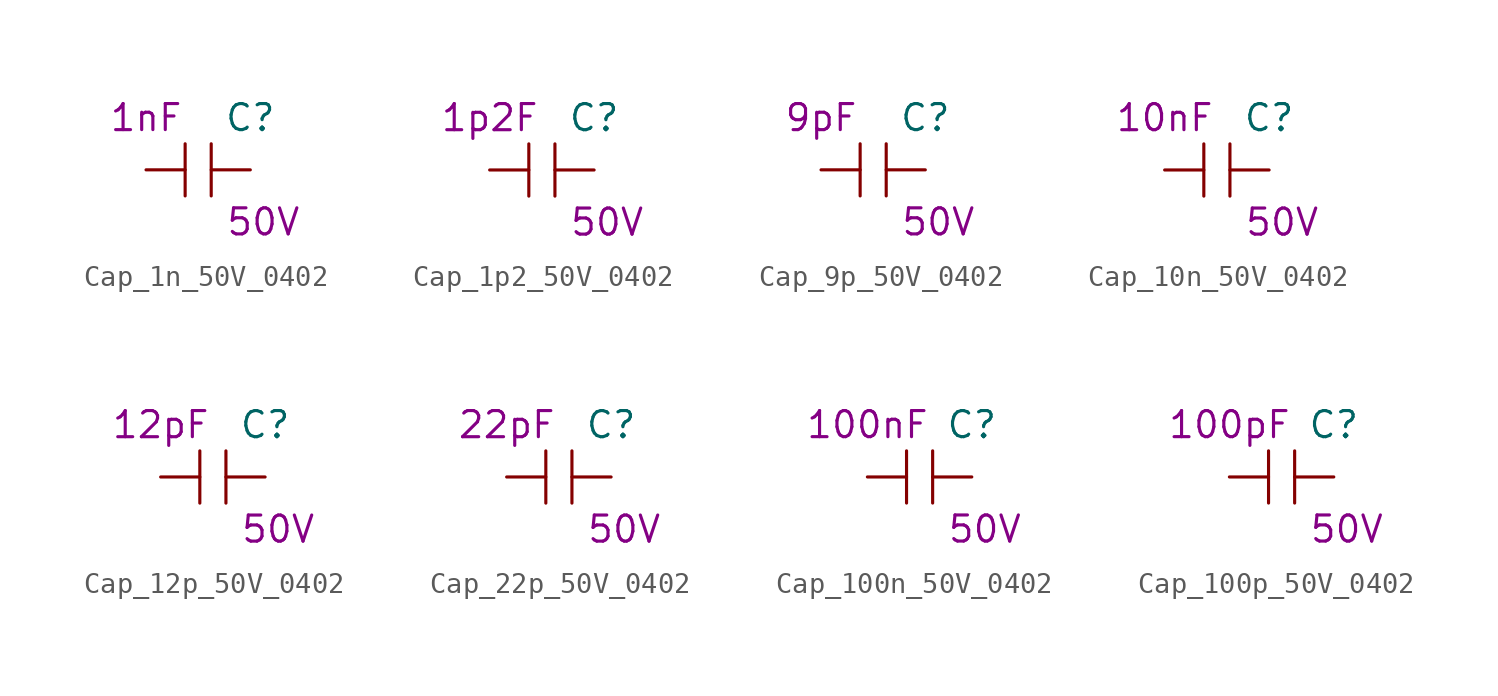
<source format=kicad_sym>
(kicad_symbol_lib
  (version 20211014)
  (generator kicad_symbol_editor)
  (symbol "Cap_1n_50V_0402"
    (pin_numbers hide)
    (pin_names
      (offset 0) hide)
    (property "Reference" "C"
      (at 5.08 2.54 0)
      (effects (font (size 1.27 1.27))))
    (property "Voltage" "50V"
      (at 5.715 -2.54 0)
      (effects (font (size 1.27 1.27))))
    (property "Property" "1nF"
      (at 0 2.54 0)
      (effects (font (size 1.27 1.27))))
    (symbol "Cap_1n_50V_0402_0_1"
      (polyline (pts (xy 1.905 1.27) (xy 1.905 -1.27)) (stroke (width 0) (type default) (color 0 0 0 0)) (fill (type none)))
      (polyline (pts (xy 3.175 1.27) (xy 3.175 -1.27)) (stroke (width 0) (type default) (color 0 0 0 0)) (fill (type none))))
    (symbol "Cap_1n_50V_0402_1_1"
      (pin passive line (at 0 0 0) (length 1.905) (name "~" (effects (font (size 1.27 1.27)))) (number "1" (effects (font (size 1.27 1.27)))))
      (pin passive line (at 5.08 0 180) (length 1.905) (name "~" (effects (font (size 1.27 1.27)))) (number "2" (effects (font (size 1.27 1.27)))))))
  (symbol "Cap_1p2_50V_0402"
    (pin_numbers hide)
    (pin_names
      (offset 0) hide)
    (property "Reference" "C"
      (at 5.08 2.54 0)
      (effects (font (size 1.27 1.27))))
    (property "Voltage" "50V"
      (at 5.715 -2.54 0)
      (effects (font (size 1.27 1.27))))
    (property "Property" "1p2F"
      (at 0 2.54 0)
      (effects (font (size 1.27 1.27))))
    (symbol "Cap_1p2_50V_0402_0_1"
      (polyline (pts (xy 1.905 1.27) (xy 1.905 -1.27)) (stroke (width 0) (type default) (color 0 0 0 0)) (fill (type none)))
      (polyline (pts (xy 3.175 1.27) (xy 3.175 -1.27)) (stroke (width 0) (type default) (color 0 0 0 0)) (fill (type none))))
    (symbol "Cap_1p2_50V_0402_1_1"
      (pin passive line (at 0 0 0) (length 1.905) (name "~" (effects (font (size 1.27 1.27)))) (number "1" (effects (font (size 1.27 1.27)))))
      (pin passive line (at 5.08 0 180) (length 1.905) (name "~" (effects (font (size 1.27 1.27)))) (number "2" (effects (font (size 1.27 1.27)))))))
  (symbol "Cap_9p_50V_0402"
    (pin_numbers hide)
    (pin_names
      (offset 0) hide)
    (property "Reference" "C"
      (at 5.08 2.54 0)
      (effects (font (size 1.27 1.27))))
    (property "Voltage" "50V"
      (at 5.715 -2.54 0)
      (effects (font (size 1.27 1.27))))
    (property "Property" "9pF"
      (at 0 2.54 0)
      (effects (font (size 1.27 1.27))))
    (symbol "Cap_9p_50V_0402_0_1"
      (polyline (pts (xy 1.905 1.27) (xy 1.905 -1.27)) (stroke (width 0) (type default) (color 0 0 0 0)) (fill (type none)))
      (polyline (pts (xy 3.175 1.27) (xy 3.175 -1.27)) (stroke (width 0) (type default) (color 0 0 0 0)) (fill (type none))))
    (symbol "Cap_9p_50V_0402_1_1"
      (pin passive line (at 0 0 0) (length 1.905) (name "~" (effects (font (size 1.27 1.27)))) (number "1" (effects (font (size 1.27 1.27)))))
      (pin passive line (at 5.08 0 180) (length 1.905) (name "~" (effects (font (size 1.27 1.27)))) (number "2" (effects (font (size 1.27 1.27)))))))
  (symbol "Cap_10n_50V_0402"
    (pin_numbers hide)
    (pin_names
      (offset 0) hide)
    (property "Reference" "C"
      (at 5.08 2.54 0)
      (effects (font (size 1.27 1.27))))
    (property "Voltage" "50V"
      (at 5.715 -2.54 0)
      (effects (font (size 1.27 1.27))))
    (property "Property" "10nF"
      (at 0 2.54 0)
      (effects (font (size 1.27 1.27))))
    (symbol "Cap_10n_50V_0402_0_1"
      (polyline (pts (xy 1.905 1.27) (xy 1.905 -1.27)) (stroke (width 0) (type default) (color 0 0 0 0)) (fill (type none)))
      (polyline (pts (xy 3.175 1.27) (xy 3.175 -1.27)) (stroke (width 0) (type default) (color 0 0 0 0)) (fill (type none))))
    (symbol "Cap_10n_50V_0402_1_1"
      (pin passive line (at 0 0 0) (length 1.905) (name "~" (effects (font (size 1.27 1.27)))) (number "1" (effects (font (size 1.27 1.27)))))
      (pin passive line (at 5.08 0 180) (length 1.905) (name "~" (effects (font (size 1.27 1.27)))) (number "2" (effects (font (size 1.27 1.27)))))))
  (symbol "Cap_12p_50V_0402"
    (pin_numbers hide)
    (pin_names
      (offset 0) hide)
    (property "Reference" "C"
      (at 5.08 2.54 0)
      (effects (font (size 1.27 1.27))))
    (property "Voltage" "50V"
      (at 5.715 -2.54 0)
      (effects (font (size 1.27 1.27))))
    (property "Property" "12pF"
      (at 0 2.54 0)
      (effects (font (size 1.27 1.27))))
    (symbol "Cap_12p_50V_0402_0_1"
      (polyline (pts (xy 1.905 1.27) (xy 1.905 -1.27)) (stroke (width 0) (type default) (color 0 0 0 0)) (fill (type none)))
      (polyline (pts (xy 3.175 1.27) (xy 3.175 -1.27)) (stroke (width 0) (type default) (color 0 0 0 0)) (fill (type none))))
    (symbol "Cap_12p_50V_0402_1_1"
      (pin passive line (at 0 0 0) (length 1.905) (name "~" (effects (font (size 1.27 1.27)))) (number "1" (effects (font (size 1.27 1.27)))))
      (pin passive line (at 5.08 0 180) (length 1.905) (name "~" (effects (font (size 1.27 1.27)))) (number "2" (effects (font (size 1.27 1.27)))))))
  (symbol "Cap_22p_50V_0402"
    (pin_numbers hide)
    (pin_names
      (offset 0) hide)
    (property "Reference" "C"
      (at 5.08 2.54 0)
      (effects (font (size 1.27 1.27))))
    (property "Voltage" "50V"
      (at 5.715 -2.54 0)
      (effects (font (size 1.27 1.27))))
    (property "Property" "22pF"
      (at 0 2.54 0)
      (effects (font (size 1.27 1.27))))
    (symbol "Cap_22p_50V_0402_0_1"
      (polyline (pts (xy 1.905 1.27) (xy 1.905 -1.27)) (stroke (width 0) (type default) (color 0 0 0 0)) (fill (type none)))
      (polyline (pts (xy 3.175 1.27) (xy 3.175 -1.27)) (stroke (width 0) (type default) (color 0 0 0 0)) (fill (type none))))
    (symbol "Cap_22p_50V_0402_1_1"
      (pin passive line (at 0 0 0) (length 1.905) (name "~" (effects (font (size 1.27 1.27)))) (number "1" (effects (font (size 1.27 1.27)))))
      (pin passive line (at 5.08 0 180) (length 1.905) (name "~" (effects (font (size 1.27 1.27)))) (number "2" (effects (font (size 1.27 1.27)))))))
  (symbol "Cap_100n_50V_0402"
    (pin_numbers hide)
    (pin_names
      (offset 0) hide)
    (property "Reference" "C"
      (at 5.08 2.54 0)
      (effects (font (size 1.27 1.27))))
    (property "Voltage" "50V"
      (at 5.715 -2.54 0)
      (effects (font (size 1.27 1.27))))
    (property "Property" "100nF"
      (at 0 2.54 0)
      (effects (font (size 1.27 1.27))))
    (symbol "Cap_100n_50V_0402_0_1"
      (polyline (pts (xy 1.905 1.27) (xy 1.905 -1.27)) (stroke (width 0) (type default) (color 0 0 0 0)) (fill (type none)))
      (polyline (pts (xy 3.175 1.27) (xy 3.175 -1.27)) (stroke (width 0) (type default) (color 0 0 0 0)) (fill (type none))))
    (symbol "Cap_100n_50V_0402_1_1"
      (pin passive line (at 0 0 0) (length 1.905) (name "~" (effects (font (size 1.27 1.27)))) (number "1" (effects (font (size 1.27 1.27)))))
      (pin passive line (at 5.08 0 180) (length 1.905) (name "~" (effects (font (size 1.27 1.27)))) (number "2" (effects (font (size 1.27 1.27)))))))
  (symbol "Cap_100p_50V_0402"
    (pin_numbers hide)
    (pin_names
      (offset 0) hide)
    (property "Reference" "C"
      (at 5.08 2.54 0)
      (effects (font (size 1.27 1.27))))
    (property "Voltage" "50V"
      (at 5.715 -2.54 0)
      (effects (font (size 1.27 1.27))))
    (property "Property" "100pF"
      (at 0 2.54 0)
      (effects (font (size 1.27 1.27))))
    (symbol "Cap_100p_50V_0402_0_1"
      (polyline (pts (xy 1.905 1.27) (xy 1.905 -1.27)) (stroke (width 0) (type default) (color 0 0 0 0)) (fill (type none)))
      (polyline (pts (xy 3.175 1.27) (xy 3.175 -1.27)) (stroke (width 0) (type default) (color 0 0 0 0)) (fill (type none))))
    (symbol "Cap_100p_50V_0402_1_1"
      (pin passive line (at 0 0 0) (length 1.905) (name "~" (effects (font (size 1.27 1.27)))) (number "1" (effects (font (size 1.27 1.27)))))
      (pin passive line (at 5.08 0 180) (length 1.905) (name "~" (effects (font (size 1.27 1.27)))) (number "2" (effects (font (size 1.27 1.27))))))))
</source>
